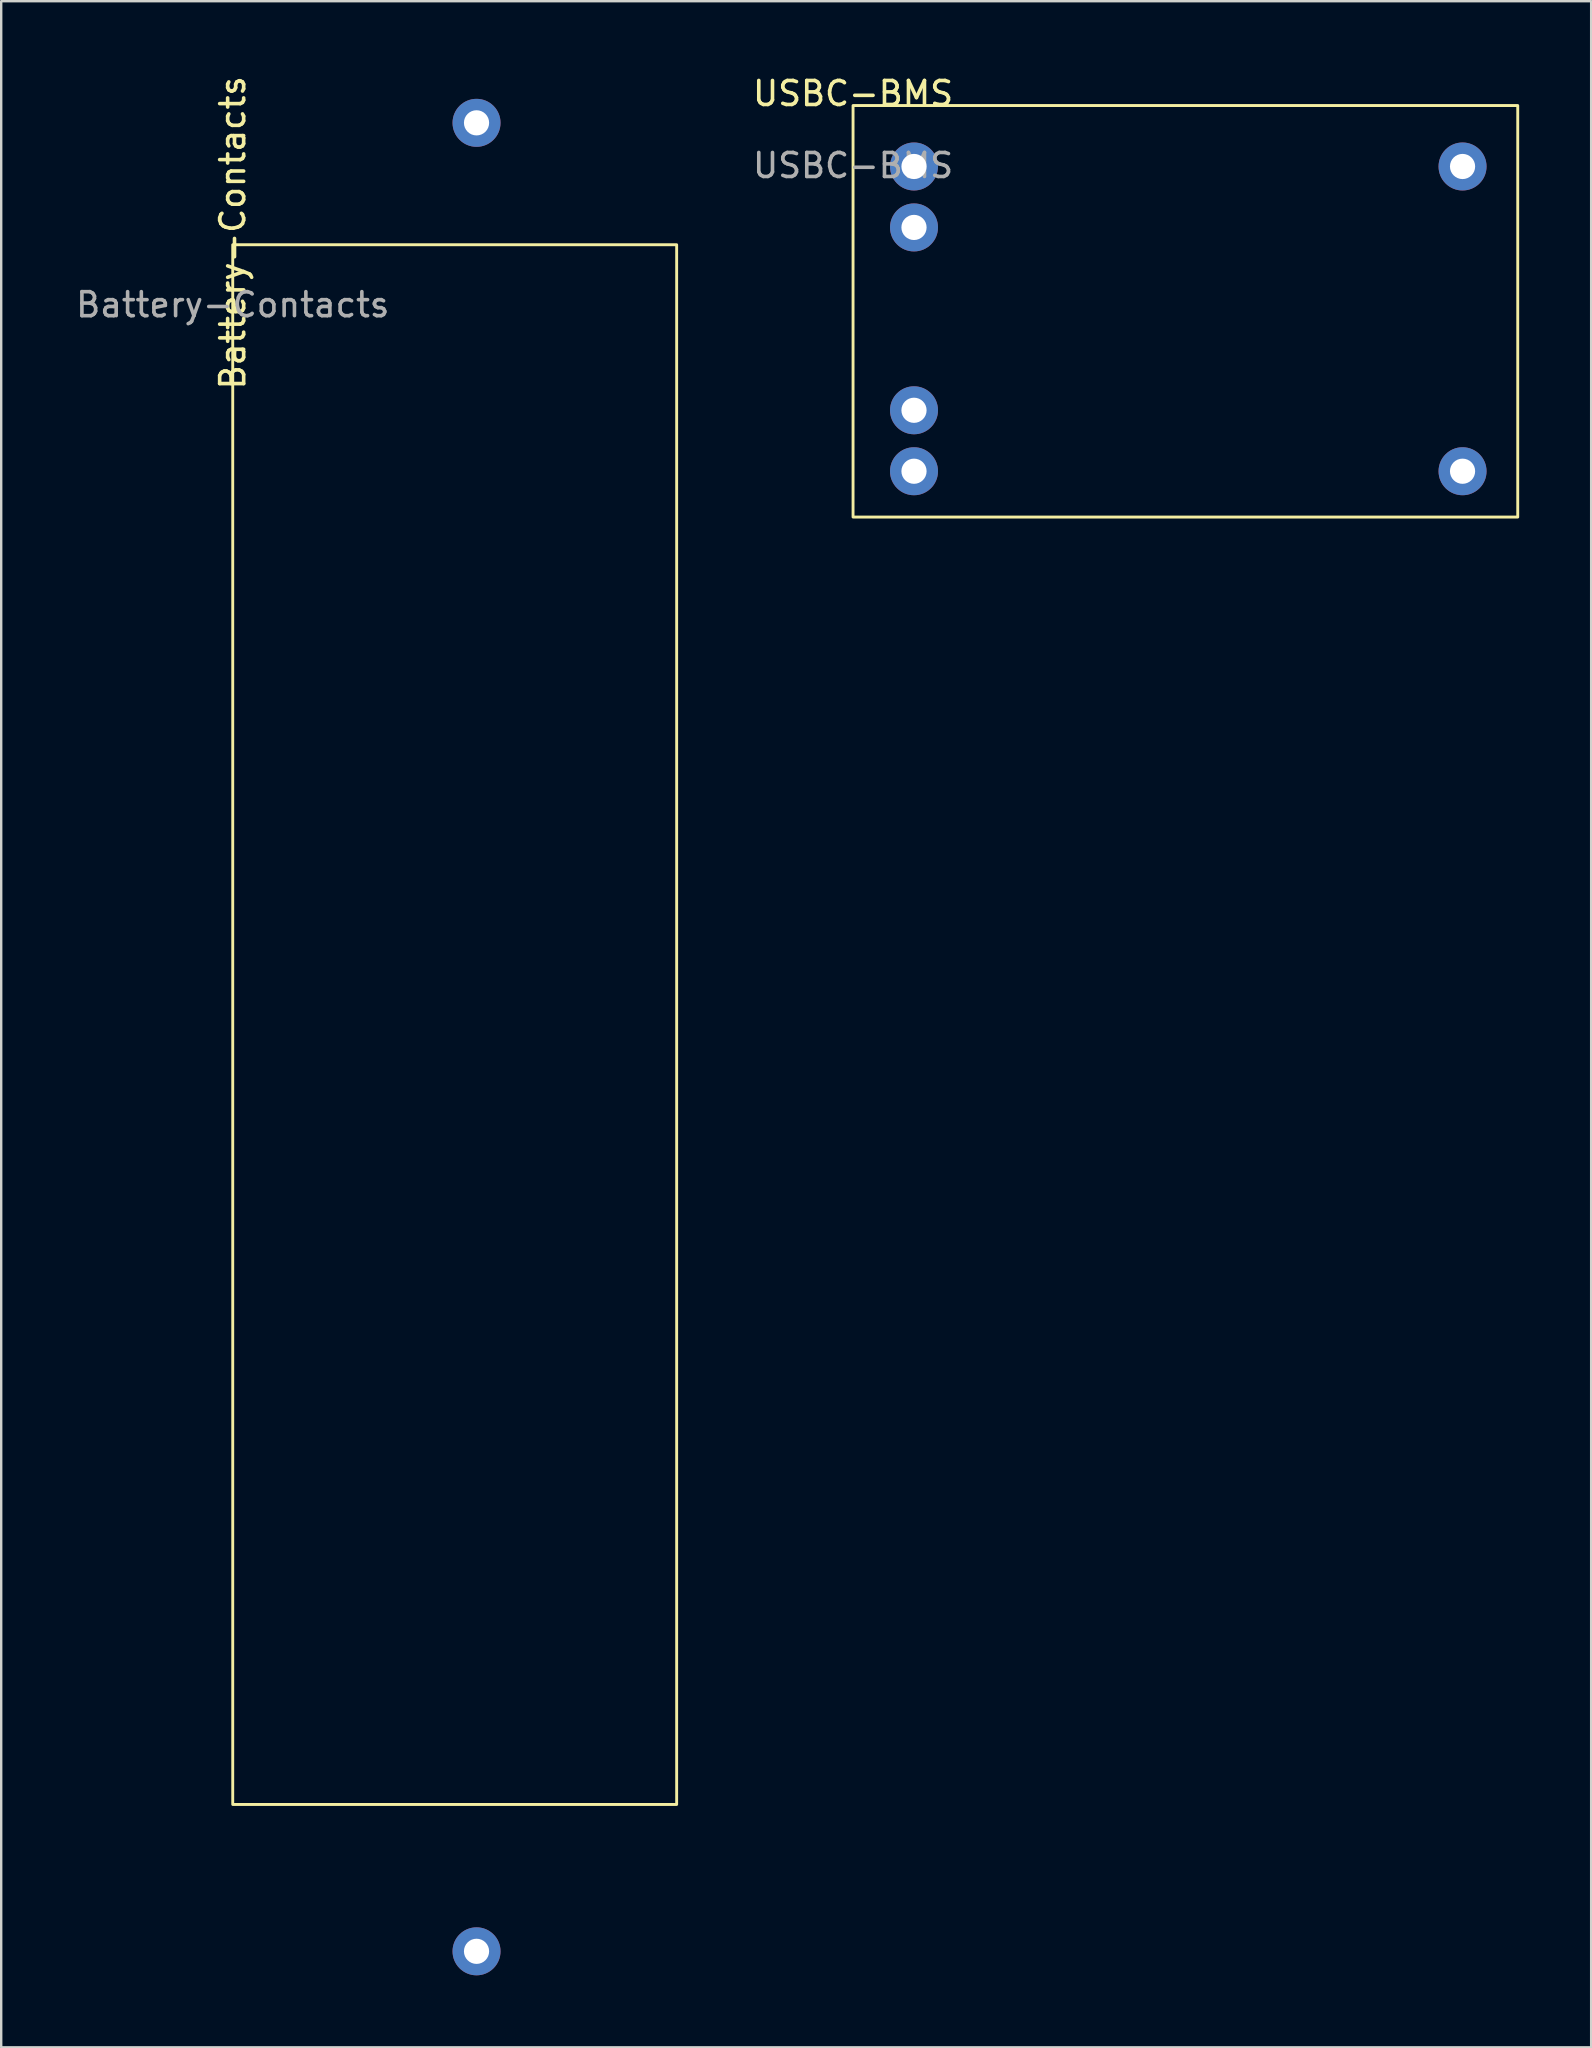
<source format=kicad_pcb>
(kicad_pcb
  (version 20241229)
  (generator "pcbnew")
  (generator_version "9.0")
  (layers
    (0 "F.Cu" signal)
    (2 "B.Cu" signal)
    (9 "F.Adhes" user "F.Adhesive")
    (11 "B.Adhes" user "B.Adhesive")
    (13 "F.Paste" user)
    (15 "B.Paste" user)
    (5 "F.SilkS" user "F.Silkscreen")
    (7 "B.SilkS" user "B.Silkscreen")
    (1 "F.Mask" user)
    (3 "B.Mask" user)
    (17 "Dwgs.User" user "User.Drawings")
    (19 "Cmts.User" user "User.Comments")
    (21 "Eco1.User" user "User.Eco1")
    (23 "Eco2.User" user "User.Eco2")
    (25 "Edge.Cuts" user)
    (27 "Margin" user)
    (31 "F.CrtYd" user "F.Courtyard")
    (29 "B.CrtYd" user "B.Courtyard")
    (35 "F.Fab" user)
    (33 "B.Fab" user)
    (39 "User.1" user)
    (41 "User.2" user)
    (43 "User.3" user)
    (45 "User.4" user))
  (footprint "USBC-BMS"
    (layer "F.Cu")
    (at 32.5 1.348)
    (property "Reference" "USBC-BMS" (at 0 -0.5 0) (unlocked yes) (layer "F.SilkS") (effects (font (size 1 1) (thickness 0.15))))
    (attr through_hole)
    (fp_rect (start 0 0) (end 27.7 17.15) (stroke (width 0.12) (type solid)) (fill no) (layer "F.SilkS"))
    (fp_text user "${REFERENCE}" (at 0 2.5 0) (unlocked yes) (layer "F.Fab") (effects (font (size 1 1) (thickness 0.15))))
    (pad "+" thru_hole circle (at 25.4 15.24) (size 2 2) (drill 1.05) (layers "*.Cu" "*.Mask"))
    (pad "-" thru_hole circle (at 25.4 2.54) (size 2 2) (drill 1.05) (layers "*.Cu" "*.Mask"))
    (pad "B+" thru_hole circle (at 2.54 12.7) (size 2 2) (drill 1.05) (layers "*.Cu" "*.Mask"))
    (pad "B-" thru_hole circle (at 2.54 5.08) (size 2 2) (drill 1.05) (layers "*.Cu" "*.Mask"))
    (pad "V+" thru_hole circle (at 2.54 15.24) (size 2 2) (drill 1.05) (layers "*.Cu" "*.Mask"))
    (pad "V-" thru_hole circle (at 2.54 2.54) (size 2 2) (drill 1.05) (layers "*.Cu" "*.Mask")))
  (footprint "Battery-Contacts"
    (layer "F.Cu")
    (at 6.649 7.149)
    (property "Reference" "Battery-Contacts" (at 0 -0.5 90) (unlocked yes) (layer "F.SilkS") (effects (font (size 1 1) (thickness 0.15))))
    (attr through_hole)
    (fp_rect (start 0 0) (end 18.5 65) (stroke (width 0.12) (type solid)) (fill no) (layer "F.SilkS"))
    (fp_text user "${REFERENCE}" (at 0 2.5 0) (unlocked yes) (layer "F.Fab") (effects (font (size 1 1) (thickness 0.15))))
    (pad "B+" thru_hole circle (at 10.16 -5.08) (size 2 2) (drill 1.05) (layers "*.Cu" "*.Mask"))
    (pad "B-" thru_hole circle (at 10.16 71.12) (size 2 2) (drill 1.05) (layers "*.Cu" "*.Mask")))
  (gr_rect
    (start -3 -3)
    (end 63.26 82.269)
    (stroke (width 0.1) (type default))
    (fill no)
    (layer "Edge.Cuts")))
</source>
